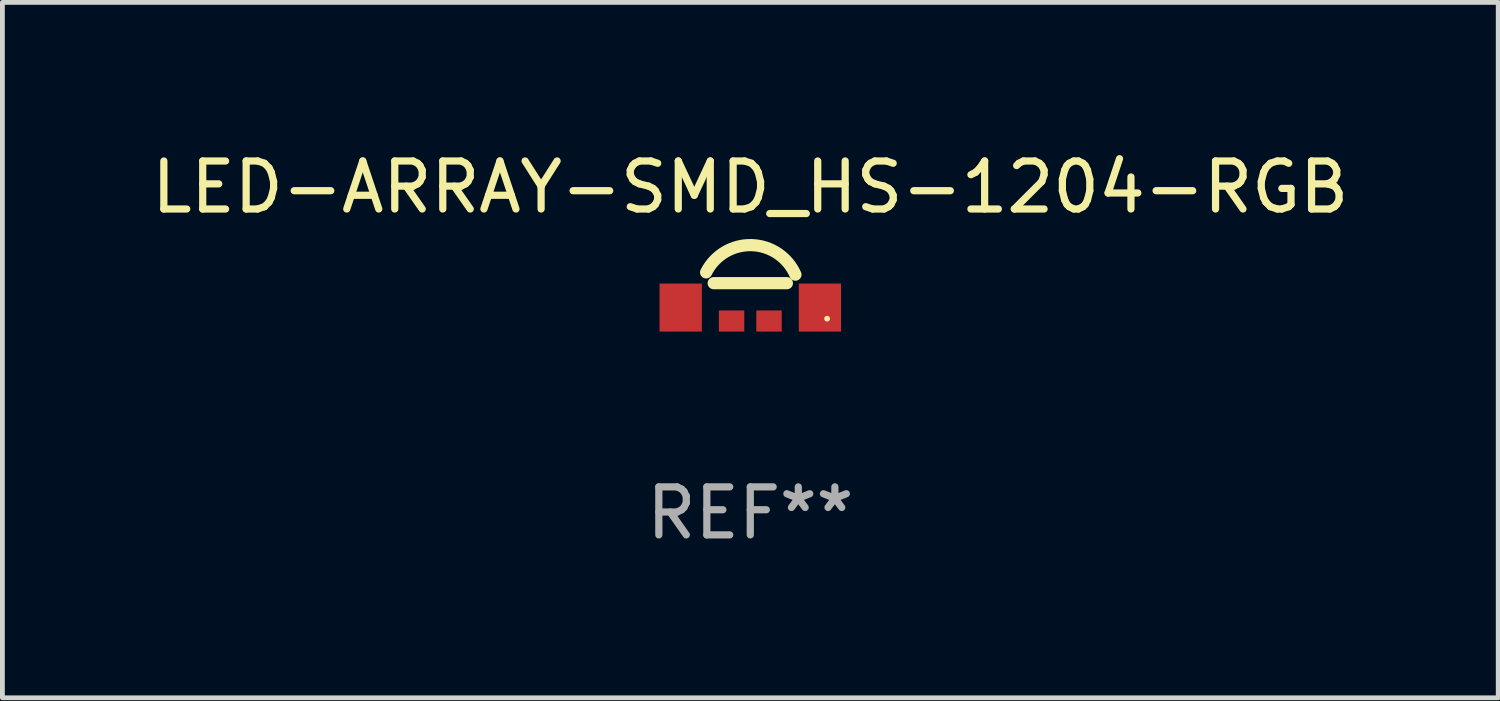
<source format=kicad_pcb>
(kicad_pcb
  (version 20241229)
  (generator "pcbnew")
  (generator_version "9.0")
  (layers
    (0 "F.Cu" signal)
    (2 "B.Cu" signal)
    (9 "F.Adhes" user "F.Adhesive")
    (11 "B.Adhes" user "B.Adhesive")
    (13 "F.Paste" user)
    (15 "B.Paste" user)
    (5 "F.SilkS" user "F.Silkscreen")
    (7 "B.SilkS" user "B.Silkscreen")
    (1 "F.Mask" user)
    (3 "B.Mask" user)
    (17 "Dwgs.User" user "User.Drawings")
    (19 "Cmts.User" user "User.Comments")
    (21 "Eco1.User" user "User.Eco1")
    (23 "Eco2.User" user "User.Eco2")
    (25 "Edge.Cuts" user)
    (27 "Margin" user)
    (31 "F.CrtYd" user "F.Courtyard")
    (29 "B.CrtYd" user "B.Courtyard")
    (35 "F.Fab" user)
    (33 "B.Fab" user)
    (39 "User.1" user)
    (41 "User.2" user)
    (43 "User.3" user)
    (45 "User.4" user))
  (footprint "LED-ARRAY-SMD_HS-1204-RGB"
    (layer "F.Cu")
    (at 12.577 3.496)
    (property "Reference" "LED-ARRAY-SMD_HS-1204-RGB" (at 0 -2.648 0) (layer "F.SilkS") (effects (font (size 1 1) (thickness 0.15))))
    (attr smd)
    (fp_line (start -0.762 -0.648) (end 0.762 -0.648) (stroke (width 0.254) (type solid)) (layer "F.SilkS"))
    (fp_arc (start -0.920142 -0.872822) (mid 0.024829 -1.440744) (end 0.940005 -0.825959) (stroke (width 0.254001) (type solid)) (layer "F.SilkS"))
    (fp_circle (center 1.6 0.092) (end 1.63 0.092) (stroke (width 0.06) (type solid)) (fill no) (layer "F.SilkS"))
    (fp_text user "REF**" (at 0 4.14 0) (layer "F.Fab") (effects (font (size 1 1) (thickness 0.15))))
    (pad "1" smd rect (at 0.39 0.14) (size 0.53 0.44) (layers "F.Cu" "F.Mask" "F.Paste"))
    (pad "2" smd rect (at -0.39 0.14) (size 0.53 0.44) (layers "F.Cu" "F.Mask" "F.Paste"))
    (pad "3" smd rect (at 1.45 -0.14 180) (size 0.88 1) (layers "F.Cu" "F.Mask" "F.Paste"))
    (pad "4" smd rect (at -1.45 -0.14 180) (size 0.88 1) (layers "F.Cu" "F.Mask" "F.Paste")))
  (gr_rect
    (start -3 -3)
    (end 28.155 11.484)
    (stroke (width 0.1) (type default))
    (fill no)
    (layer "Edge.Cuts")))
</source>
